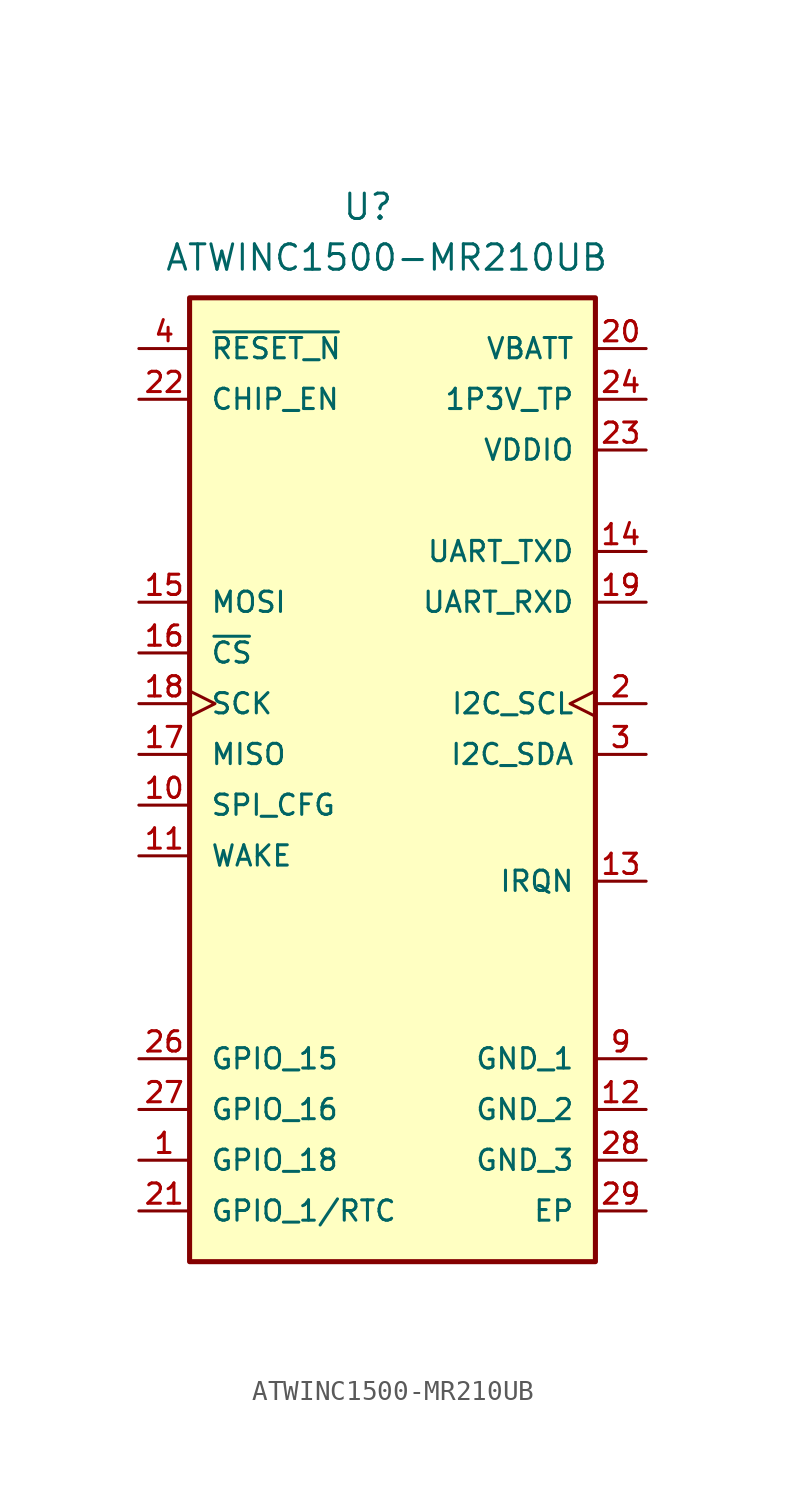
<source format=kicad_sym>
(kicad_symbol_lib
  (version 20231120)
  (generator "kicad_symbol_editor")
  (generator_version "8.0")
  (symbol "ATWINC1500-MR210UB"
    (pin_names
      (offset 1.016))
    (property "Reference" "U"
      (at -1.27 17.78 0)
      (effects (font (size 1.27 1.27)) (justify left bottom)))
    (property "Value" "ATWINC1500-MR210UB"
      (at -10.16 15.24 0)
      (effects (font (size 1.27 1.27)) (justify left bottom)))
    (symbol "ATWINC1500-MR210UB_0_0"
      (rectangle (start -8.89 13.97) (end 11.43 -34.29) (stroke (width 0.254) (type default)) (fill (type background)))
      (pin bidirectional line (at -11.43 -29.21 0) (length 2.54) (name "GPIO_18" (effects (font (size 1.016 1.016)))) (number "1" (effects (font (size 1.016 1.016)))))
      (pin input line (at -11.43 -11.43 0) (length 2.54) (name "SPI_CFG" (effects (font (size 1.016 1.016)))) (number "10" (effects (font (size 1.016 1.016)))))
      (pin input line (at -11.43 -13.97 0) (length 2.54) (name "WAKE" (effects (font (size 1.016 1.016)))) (number "11" (effects (font (size 1.016 1.016)))))
      (pin power_in line (at 13.97 -26.67 180) (length 2.54) (name "GND_2" (effects (font (size 1.016 1.016)))) (number "12" (effects (font (size 1.016 1.016)))))
      (pin output line (at 13.97 -15.24 180) (length 2.54) (name "IRQN" (effects (font (size 1.016 1.016)))) (number "13" (effects (font (size 1.016 1.016)))))
      (pin output line (at 13.97 1.27 180) (length 2.54) (name "UART_TXD" (effects (font (size 1.016 1.016)))) (number "14" (effects (font (size 1.016 1.016)))))
      (pin input line (at 13.97 -1.27 180) (length 2.54) (name "UART_RXD" (effects (font (size 1.016 1.016)))) (number "19" (effects (font (size 1.016 1.016)))))
      (pin bidirectional clock (at 13.97 -6.35 180) (length 2.54) (name "I2C_SCL" (effects (font (size 1.016 1.016)))) (number "2" (effects (font (size 1.016 1.016)))))
      (pin power_in line (at 13.97 11.43 180) (length 2.54) (name "VBATT" (effects (font (size 1.016 1.016)))) (number "20" (effects (font (size 1.016 1.016)))))
      (pin input line (at -11.43 -31.75 0) (length 2.54) (name "GPIO_1/RTC" (effects (font (size 1.016 1.016)))) (number "21" (effects (font (size 1.016 1.016)))))
      (pin input line (at -11.43 8.89 0) (length 2.54) (name "CHIP_EN" (effects (font (size 1.016 1.016)))) (number "22" (effects (font (size 1.016 1.016)))))
      (pin power_in line (at 13.97 6.35 180) (length 2.54) (name "VDDIO" (effects (font (size 1.016 1.016)))) (number "23" (effects (font (size 1.016 1.016)))))
      (pin power_in line (at 13.97 8.89 180) (length 2.54) (name "1P3V_TP" (effects (font (size 1.016 1.016)))) (number "24" (effects (font (size 1.016 1.016)))))
      (pin bidirectional line (at -11.43 -24.13 0) (length 2.54) (name "GPIO_15" (effects (font (size 1.016 1.016)))) (number "26" (effects (font (size 1.016 1.016)))))
      (pin bidirectional line (at -11.43 -26.67 0) (length 2.54) (name "GPIO_16" (effects (font (size 1.016 1.016)))) (number "27" (effects (font (size 1.016 1.016)))))
      (pin power_in line (at 13.97 -29.21 180) (length 2.54) (name "GND_3" (effects (font (size 1.016 1.016)))) (number "28" (effects (font (size 1.016 1.016)))))
      (pin bidirectional line (at 13.97 -8.89 180) (length 2.54) (name "I2C_SDA" (effects (font (size 1.016 1.016)))) (number "3" (effects (font (size 1.016 1.016)))))
      (pin input line (at -11.43 11.43 0) (length 2.54) (name "~{RESET_N}" (effects (font (size 1.016 1.016)))) (number "4" (effects (font (size 1.016 1.016)))))
      (pin power_in line (at 13.97 -24.13 180) (length 2.54) (name "GND_1" (effects (font (size 1.016 1.016)))) (number "9" (effects (font (size 1.016 1.016))))))
    (symbol "ATWINC1500-MR210UB_1_0"
      (pin input line (at -11.43 -1.27 0) (length 2.54) (name "MOSI" (effects (font (size 1.016 1.016)))) (number "15" (effects (font (size 1.016 1.016)))))
      (pin input line (at -11.43 -3.81 0) (length 2.54) (name "~{CS}" (effects (font (size 1.016 1.016)))) (number "16" (effects (font (size 1.016 1.016)))))
      (pin output line (at -11.43 -8.89 0) (length 2.54) (name "MISO" (effects (font (size 1.016 1.016)))) (number "17" (effects (font (size 1.016 1.016)))))
      (pin input clock (at -11.43 -6.35 0) (length 2.54) (name "SCK" (effects (font (size 1.016 1.016)))) (number "18" (effects (font (size 1.016 1.016)))))
      (pin power_in line (at 13.97 -31.75 180) (length 2.54) (name "EP" (effects (font (size 1.016 1.016)))) (number "29" (effects (font (size 1.016 1.016))))))))
</source>
